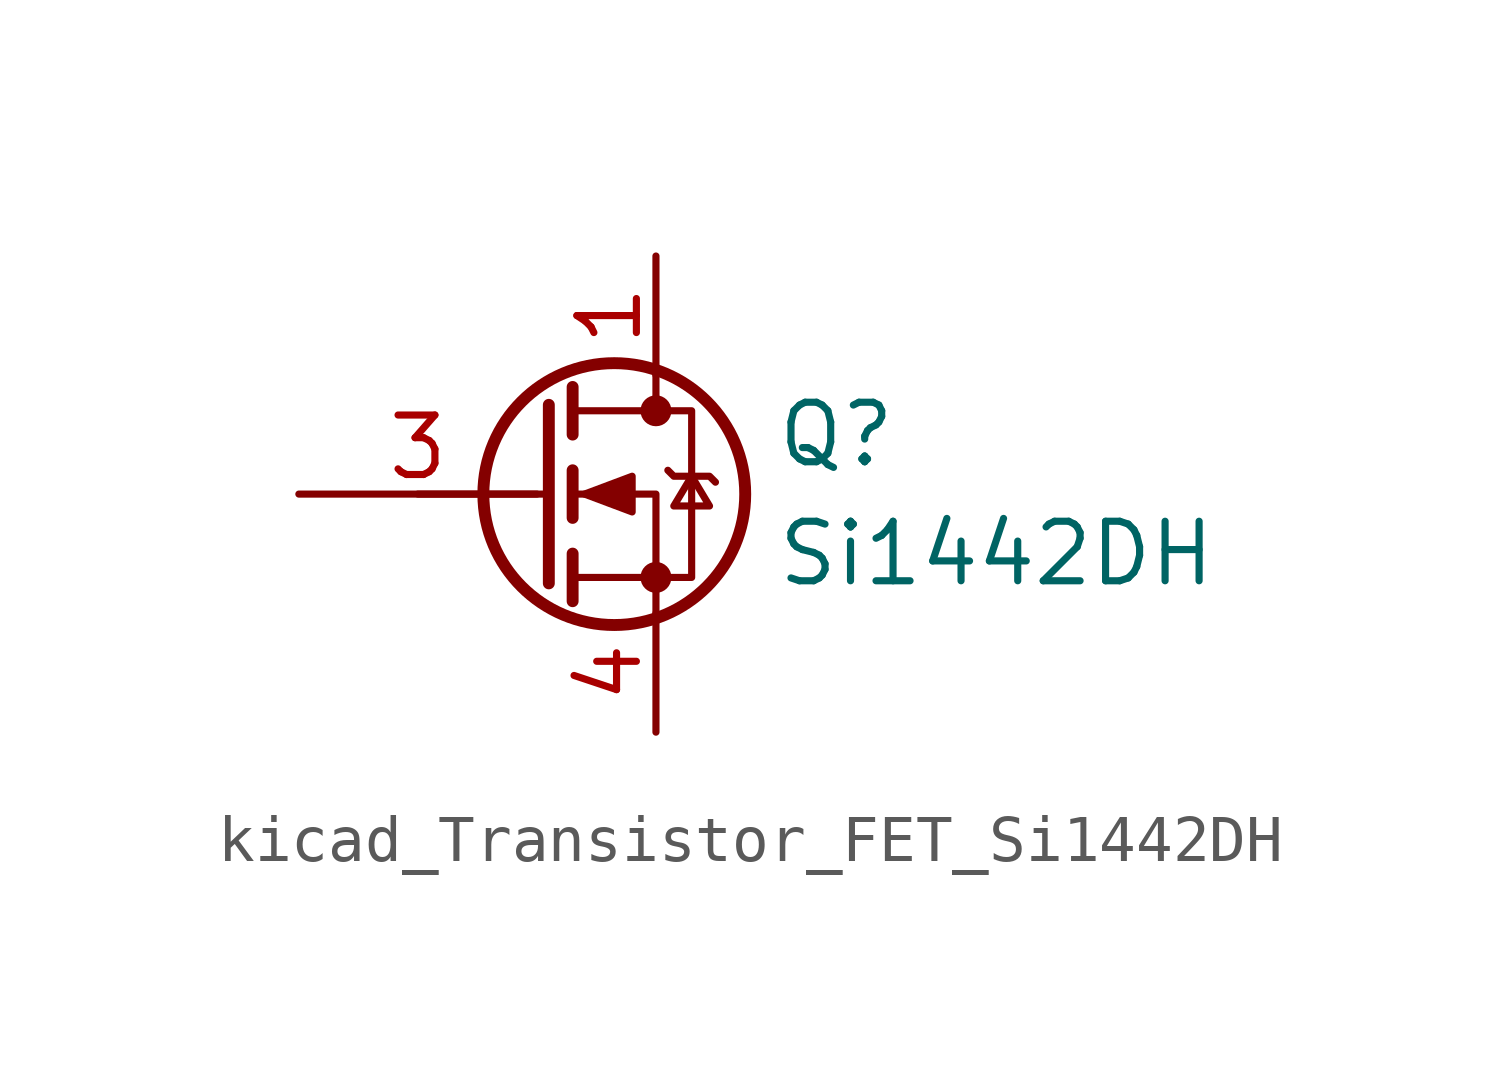
<source format=kicad_sym>
(kicad_symbol_lib
  (version 20220914)
  (generator kicad_symbol_editor)
  (symbol "kicad_Transistor_FET_Si1442DH"
    (pin_names hide)
    (property "Reference" "Q"
      (at 5.08 1.27 0)
      (effects (font (size 1.27 1.27)) (justify left)))
    (property "Value" "Si1442DH"
      (at 5.08 -1.27 0)
      (effects (font (size 1.27 1.27)) (justify left)))
    (symbol "kicad_Transistor_FET_Si1442DH_0_1"
      (polyline (pts (xy 0.254 0) (xy -2.54 0)) (stroke (width 0) (type default)) (fill (type none)))
      (polyline (pts (xy 0.254 1.905) (xy 0.254 -1.905)) (stroke (width 0.254) (type default)) (fill (type none)))
      (polyline (pts (xy 0.762 -1.27) (xy 0.762 -2.286)) (stroke (width 0.254) (type default)) (fill (type none)))
      (polyline (pts (xy 0.762 0.508) (xy 0.762 -0.508)) (stroke (width 0.254) (type default)) (fill (type none)))
      (polyline (pts (xy 0.762 2.286) (xy 0.762 1.27)) (stroke (width 0.254) (type default)) (fill (type none)))
      (polyline (pts (xy 2.54 2.54) (xy 2.54 1.778)) (stroke (width 0) (type default)) (fill (type none)))
      (polyline (pts (xy 2.54 -2.54) (xy 2.54 0) (xy 0.762 0)) (stroke (width 0) (type default)) (fill (type none)))
      (polyline (pts (xy 0.762 -1.778) (xy 3.302 -1.778) (xy 3.302 1.778) (xy 0.762 1.778)) (stroke (width 0) (type default)) (fill (type none)))
      (polyline (pts (xy 1.016 0) (xy 2.032 0.381) (xy 2.032 -0.381) (xy 1.016 0)) (stroke (width 0) (type default)) (fill (type outline)))
      (polyline (pts (xy 2.794 0.508) (xy 2.921 0.381) (xy 3.683 0.381) (xy 3.81 0.254)) (stroke (width 0) (type default)) (fill (type none)))
      (polyline (pts (xy 3.302 0.381) (xy 2.921 -0.254) (xy 3.683 -0.254) (xy 3.302 0.381)) (stroke (width 0) (type default)) (fill (type none)))
      (circle (center 1.651 0) (radius 2.794) (stroke (width 0.254) (type default)) (fill (type none)))
      (circle (center 2.54 -1.778) (radius 0.254) (stroke (width 0) (type default)) (fill (type outline)))
      (circle (center 2.54 1.778) (radius 0.254) (stroke (width 0) (type default)) (fill (type outline))))
    (symbol "kicad_Transistor_FET_Si1442DH_1_1"
      (pin passive line (at 2.54 5.08 270) (length 2.54) (name "D" (effects (font (size 1.27 1.27)))) (number "1" (effects (font (size 1.27 1.27)))))
      (pin passive line (at 2.54 5.08 270) (length 2.54) hide (name "D" (effects (font (size 1.27 1.27)))) (number "2" (effects (font (size 1.27 1.27)))))
      (pin input line (at -5.08 0 0) (length 5.08) (name "G" (effects (font (size 1.27 1.27)))) (number "3" (effects (font (size 1.27 1.27)))))
      (pin passive line (at 2.54 -5.08 90) (length 2.54) (name "S" (effects (font (size 1.27 1.27)))) (number "4" (effects (font (size 1.27 1.27)))))
      (pin passive line (at 2.54 5.08 270) (length 2.54) hide (name "D" (effects (font (size 1.27 1.27)))) (number "5" (effects (font (size 1.27 1.27)))))
      (pin passive line (at 2.54 5.08 270) (length 2.54) hide (name "D" (effects (font (size 1.27 1.27)))) (number "6" (effects (font (size 1.27 1.27))))))))
</source>
